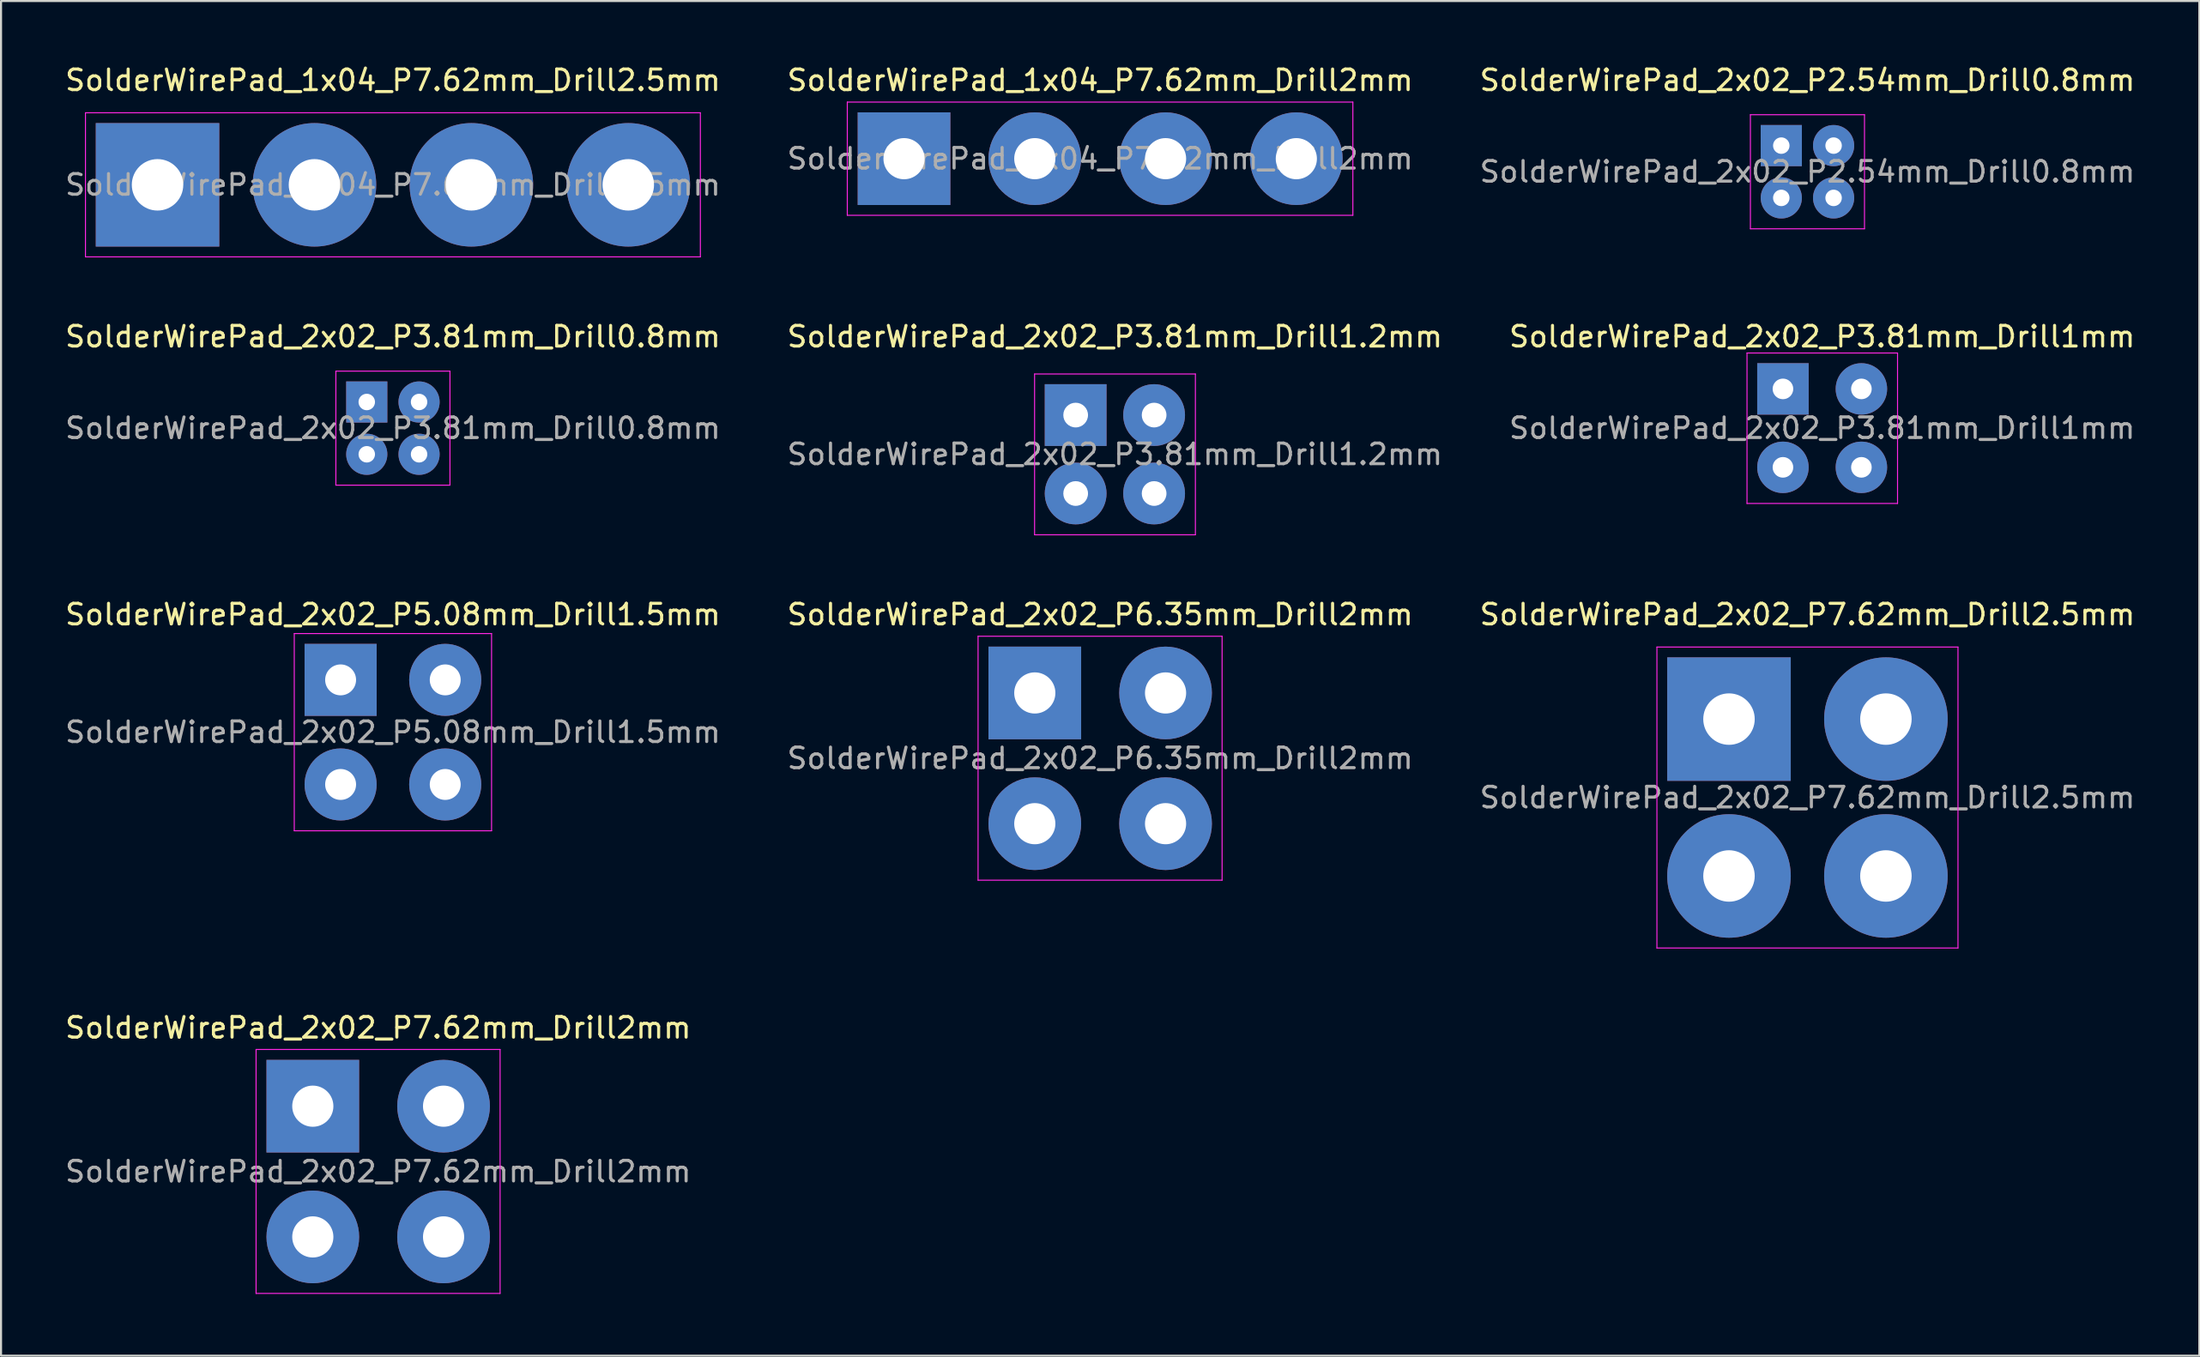
<source format=kicad_pcb>
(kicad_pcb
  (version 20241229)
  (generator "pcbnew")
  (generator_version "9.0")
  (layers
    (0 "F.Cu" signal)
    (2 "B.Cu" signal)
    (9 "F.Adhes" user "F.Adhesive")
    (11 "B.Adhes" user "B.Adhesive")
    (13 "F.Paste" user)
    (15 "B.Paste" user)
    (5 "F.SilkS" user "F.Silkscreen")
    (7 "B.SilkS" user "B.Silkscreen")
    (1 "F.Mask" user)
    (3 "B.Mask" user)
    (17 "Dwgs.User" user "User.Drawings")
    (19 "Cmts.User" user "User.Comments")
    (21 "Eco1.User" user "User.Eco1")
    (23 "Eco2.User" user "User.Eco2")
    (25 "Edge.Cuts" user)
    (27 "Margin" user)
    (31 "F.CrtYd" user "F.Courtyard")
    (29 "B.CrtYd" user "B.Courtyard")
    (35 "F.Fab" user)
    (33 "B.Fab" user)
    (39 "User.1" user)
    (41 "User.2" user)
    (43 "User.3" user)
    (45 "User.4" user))
  (footprint "SolderWirePad_2x02_P7.62mm_Drill2mm"
    (layer "F.Cu")
    (at 15.315 53.858)
    (property "Reference" "SolderWirePad_2x02_P7.62mm_Drill2mm" (at 0 -6.985 0) (layer "F.SilkS") (effects (font (size 1 1) (thickness 0.15))))
    (attr exclude_from_pos_files exclude_from_bom)
    (fp_line (start -5.93 -5.93) (end -5.93 5.92) (stroke (width 0.05) (type solid)) (layer "F.CrtYd"))
    (fp_line (start -5.93 -5.93) (end 5.92 -5.93) (stroke (width 0.05) (type solid)) (layer "F.CrtYd"))
    (fp_line (start 5.92 5.92) (end -5.93 5.92) (stroke (width 0.05) (type solid)) (layer "F.CrtYd"))
    (fp_line (start 5.92 5.92) (end 5.92 -5.93) (stroke (width 0.05) (type solid)) (layer "F.CrtYd"))
    (fp_text user "${REFERENCE}" (at 0 0 0) (layer "F.Fab") (effects (font (size 1 1) (thickness 0.15))))
    (pad "1" thru_hole rect (at -3.175 -3.175) (size 4.501 4.501) (drill 1.999) (layers "*.Cu" "*.Mask"))
    (pad "2" thru_hole circle (at 3.175 -3.175) (size 4.501 4.501) (drill 1.999) (layers "*.Cu" "*.Mask"))
    (pad "3" thru_hole circle (at -3.175 3.175) (size 4.501 4.501) (drill 1.999) (layers "*.Cu" "*.Mask"))
    (pad "4" thru_hole circle (at 3.175 3.175) (size 4.501 4.501) (drill 1.999) (layers "*.Cu" "*.Mask")))
  (footprint "SolderWirePad_2x02_P2.54mm_Drill0.8mm"
    (layer "F.Cu")
    (at 83.45 4.023)
    (property "Reference" "SolderWirePad_2x02_P2.54mm_Drill0.8mm" (at 1.27 -3.175 0) (layer "F.SilkS") (effects (font (size 1 1) (thickness 0.15))))
    (attr exclude_from_pos_files exclude_from_bom)
    (fp_line (start -1.5 -1.5) (end -1.5 4.04) (stroke (width 0.05) (type solid)) (layer "F.CrtYd"))
    (fp_line (start -1.5 -1.5) (end 4.04 -1.5) (stroke (width 0.05) (type solid)) (layer "F.CrtYd"))
    (fp_line (start 4.04 4.04) (end -1.5 4.04) (stroke (width 0.05) (type solid)) (layer "F.CrtYd"))
    (fp_line (start 4.04 4.04) (end 4.04 -1.5) (stroke (width 0.05) (type solid)) (layer "F.CrtYd"))
    (fp_text user "${REFERENCE}" (at 1.27 1.27 0) (layer "F.Fab") (effects (font (size 1 1) (thickness 0.15))))
    (pad "1" thru_hole rect (at 0 0) (size 1.999 1.999) (drill 0.8) (layers "*.Cu" "*.Mask"))
    (pad "2" thru_hole circle (at 2.54 0) (size 1.999 1.999) (drill 0.8) (layers "*.Cu" "*.Mask"))
    (pad "3" thru_hole circle (at 0 2.54) (size 1.999 1.999) (drill 0.8) (layers "*.Cu" "*.Mask"))
    (pad "4" thru_hole circle (at 2.54 2.54) (size 1.999 1.999) (drill 0.8) (layers "*.Cu" "*.Mask")))
  (footprint "SolderWirePad_2x02_P3.81mm_Drill1.2mm"
    (layer "F.Cu")
    (at 51.089 19.017)
    (property "Reference" "SolderWirePad_2x02_P3.81mm_Drill1.2mm" (at 0 -5.715 0) (layer "F.SilkS") (effects (font (size 1 1) (thickness 0.15))))
    (attr exclude_from_pos_files exclude_from_bom)
    (fp_line (start -3.9 -3.9) (end -3.9 3.91) (stroke (width 0.05) (type solid)) (layer "F.CrtYd"))
    (fp_line (start -3.9 -3.9) (end 3.91 -3.9) (stroke (width 0.05) (type solid)) (layer "F.CrtYd"))
    (fp_line (start 3.91 3.91) (end -3.9 3.91) (stroke (width 0.05) (type solid)) (layer "F.CrtYd"))
    (fp_line (start 3.91 3.91) (end 3.91 -3.9) (stroke (width 0.05) (type solid)) (layer "F.CrtYd"))
    (fp_text user "${REFERENCE}" (at 0 0 0) (layer "F.Fab") (effects (font (size 1 1) (thickness 0.15))))
    (pad "1" thru_hole rect (at -1.905 -1.905) (size 3 3) (drill 1.199) (layers "*.Cu" "*.Mask"))
    (pad "2" thru_hole circle (at 1.905 -1.905) (size 3 3) (drill 1.199) (layers "*.Cu" "*.Mask"))
    (pad "3" thru_hole circle (at -1.905 1.905) (size 3 3) (drill 1.199) (layers "*.Cu" "*.Mask"))
    (pad "4" thru_hole circle (at 1.905 1.905) (size 3 3) (drill 1.199) (layers "*.Cu" "*.Mask")))
  (footprint "SolderWirePad_2x02_P3.81mm_Drill0.8mm"
    (layer "F.Cu")
    (at 16.03 17.747)
    (property "Reference" "SolderWirePad_2x02_P3.81mm_Drill0.8mm" (at 0 -4.445 0) (layer "F.SilkS") (effects (font (size 1 1) (thickness 0.15))))
    (attr exclude_from_pos_files exclude_from_bom)
    (fp_line (start -2.77 -2.77) (end -2.77 2.77) (stroke (width 0.05) (type solid)) (layer "F.CrtYd"))
    (fp_line (start -2.77 -2.77) (end 2.77 -2.77) (stroke (width 0.05) (type solid)) (layer "F.CrtYd"))
    (fp_line (start 2.77 2.77) (end -2.77 2.77) (stroke (width 0.05) (type solid)) (layer "F.CrtYd"))
    (fp_line (start 2.77 2.77) (end 2.77 -2.77) (stroke (width 0.05) (type solid)) (layer "F.CrtYd"))
    (fp_text user "${REFERENCE}" (at 0 0 0) (layer "F.Fab") (effects (font (size 1 1) (thickness 0.15))))
    (pad "1" thru_hole rect (at -1.27 -1.27) (size 1.999 1.999) (drill 0.8) (layers "*.Cu" "*.Mask"))
    (pad "2" thru_hole circle (at 1.27 -1.27) (size 1.999 1.999) (drill 0.8) (layers "*.Cu" "*.Mask"))
    (pad "3" thru_hole circle (at -1.27 1.27) (size 1.999 1.999) (drill 0.8) (layers "*.Cu" "*.Mask"))
    (pad "4" thru_hole circle (at 1.27 1.27) (size 1.999 1.999) (drill 0.8) (layers "*.Cu" "*.Mask")))
  (footprint "SolderWirePad_2x02_P7.62mm_Drill2.5mm"
    (layer "F.Cu")
    (at 84.72 35.69)
    (property "Reference" "SolderWirePad_2x02_P7.62mm_Drill2.5mm" (at 0 -8.89 0) (layer "F.SilkS") (effects (font (size 1 1) (thickness 0.15))))
    (attr exclude_from_pos_files exclude_from_bom)
    (fp_line (start -7.31 -7.31) (end -7.31 7.31) (stroke (width 0.05) (type solid)) (layer "F.CrtYd"))
    (fp_line (start -7.31 -7.31) (end 7.31 -7.31) (stroke (width 0.05) (type solid)) (layer "F.CrtYd"))
    (fp_line (start 7.31 7.31) (end -7.31 7.31) (stroke (width 0.05) (type solid)) (layer "F.CrtYd"))
    (fp_line (start 7.31 7.31) (end 7.31 -7.31) (stroke (width 0.05) (type solid)) (layer "F.CrtYd"))
    (fp_text user "${REFERENCE}" (at 0 0 0) (layer "F.Fab") (effects (font (size 1 1) (thickness 0.15))))
    (pad "1" thru_hole rect (at -3.81 -3.81) (size 5.999 5.999) (drill 2.499) (layers "*.Cu" "*.Mask"))
    (pad "2" thru_hole circle (at 3.81 -3.81) (size 5.999 5.999) (drill 2.499) (layers "*.Cu" "*.Mask"))
    (pad "3" thru_hole circle (at -3.81 3.81) (size 5.999 5.999) (drill 2.499) (layers "*.Cu" "*.Mask"))
    (pad "4" thru_hole circle (at 3.81 3.81) (size 5.999 5.999) (drill 2.499) (layers "*.Cu" "*.Mask")))
  (footprint "SolderWirePad_2x02_P5.08mm_Drill1.5mm"
    (layer "F.Cu")
    (at 16.03 32.515)
    (property "Reference" "SolderWirePad_2x02_P5.08mm_Drill1.5mm" (at 0 -5.715 0) (layer "F.SilkS") (effects (font (size 1 1) (thickness 0.15))))
    (attr exclude_from_pos_files exclude_from_bom)
    (fp_line (start -4.79 -4.79) (end -4.79 4.79) (stroke (width 0.05) (type solid)) (layer "F.CrtYd"))
    (fp_line (start -4.79 -4.79) (end 4.79 -4.79) (stroke (width 0.05) (type solid)) (layer "F.CrtYd"))
    (fp_line (start 4.79 4.79) (end -4.79 4.79) (stroke (width 0.05) (type solid)) (layer "F.CrtYd"))
    (fp_line (start 4.79 4.79) (end 4.79 -4.79) (stroke (width 0.05) (type solid)) (layer "F.CrtYd"))
    (fp_text user "${REFERENCE}" (at 0 0 0) (layer "F.Fab") (effects (font (size 1 1) (thickness 0.15))))
    (pad "1" thru_hole rect (at -2.54 -2.54) (size 3.5 3.5) (drill 1.501) (layers "*.Cu" "*.Mask"))
    (pad "2" thru_hole circle (at 2.54 -2.54) (size 3.5 3.5) (drill 1.501) (layers "*.Cu" "*.Mask"))
    (pad "3" thru_hole circle (at -2.54 2.54) (size 3.5 3.5) (drill 1.501) (layers "*.Cu" "*.Mask"))
    (pad "4" thru_hole circle (at 2.54 2.54) (size 3.5 3.5) (drill 1.501) (layers "*.Cu" "*.Mask")))
  (footprint "SolderWirePad_2x02_P6.35mm_Drill2mm"
    (layer "F.Cu")
    (at 47.2 30.61)
    (property "Reference" "SolderWirePad_2x02_P6.35mm_Drill2mm" (at 3.175 -3.81 0) (layer "F.SilkS") (effects (font (size 1 1) (thickness 0.15))))
    (attr exclude_from_pos_files exclude_from_bom)
    (fp_line (start -2.755 -2.755) (end -2.755 9.095) (stroke (width 0.05) (type solid)) (layer "F.CrtYd"))
    (fp_line (start -2.755 -2.755) (end 9.095 -2.755) (stroke (width 0.05) (type solid)) (layer "F.CrtYd"))
    (fp_line (start 9.095 9.095) (end -2.755 9.095) (stroke (width 0.05) (type solid)) (layer "F.CrtYd"))
    (fp_line (start 9.095 9.095) (end 9.095 -2.755) (stroke (width 0.05) (type solid)) (layer "F.CrtYd"))
    (fp_text user "${REFERENCE}" (at 3.175 3.175 0) (layer "F.Fab") (effects (font (size 1 1) (thickness 0.15))))
    (pad "1" thru_hole rect (at 0 0) (size 4.501 4.501) (drill 1.999) (layers "*.Cu" "*.Mask"))
    (pad "2" thru_hole circle (at 6.35 0) (size 4.501 4.501) (drill 1.999) (layers "*.Cu" "*.Mask"))
    (pad "3" thru_hole circle (at 0 6.35) (size 4.501 4.501) (drill 1.999) (layers "*.Cu" "*.Mask"))
    (pad "4" thru_hole circle (at 6.35 6.35) (size 4.501 4.501) (drill 1.999) (layers "*.Cu" "*.Mask")))
  (footprint "SolderWirePad_1x04_P7.62mm_Drill2mm"
    (layer "F.Cu")
    (at 50.375 4.658)
    (property "Reference" "SolderWirePad_1x04_P7.62mm_Drill2mm" (at 0 -3.81 0) (layer "F.SilkS") (effects (font (size 1 1) (thickness 0.15))))
    (attr exclude_from_pos_files exclude_from_bom)
    (fp_line (start -12.28 -2.75) (end -12.28 2.75) (stroke (width 0.05) (type solid)) (layer "F.CrtYd"))
    (fp_line (start -12.28 -2.75) (end 12.27 -2.75) (stroke (width 0.05) (type solid)) (layer "F.CrtYd"))
    (fp_line (start 12.27 2.75) (end -12.28 2.75) (stroke (width 0.05) (type solid)) (layer "F.CrtYd"))
    (fp_line (start 12.27 2.75) (end 12.27 -2.75) (stroke (width 0.05) (type solid)) (layer "F.CrtYd"))
    (fp_text user "${REFERENCE}" (at 0 0 0) (layer "F.Fab") (effects (font (size 1 1) (thickness 0.15))))
    (pad "1" thru_hole rect (at -9.525 0) (size 4.501 4.501) (drill 1.999) (layers "*.Cu" "*.Mask"))
    (pad "2" thru_hole circle (at -3.175 0) (size 4.501 4.501) (drill 1.999) (layers "*.Cu" "*.Mask"))
    (pad "3" thru_hole circle (at 3.175 0) (size 4.501 4.501) (drill 1.999) (layers "*.Cu" "*.Mask"))
    (pad "4" thru_hole circle (at 9.525 0) (size 4.501 4.501) (drill 1.999) (layers "*.Cu" "*.Mask")))
  (footprint "SolderWirePad_2x02_P3.81mm_Drill1mm"
    (layer "F.Cu")
    (at 83.53 15.841)
    (property "Reference" "SolderWirePad_2x02_P3.81mm_Drill1mm" (at 1.905 -2.54 0) (layer "F.SilkS") (effects (font (size 1 1) (thickness 0.15))))
    (attr exclude_from_pos_files exclude_from_bom)
    (fp_line (start -1.745 -1.745) (end -1.745 5.565) (stroke (width 0.05) (type solid)) (layer "F.CrtYd"))
    (fp_line (start -1.745 -1.745) (end 5.565 -1.745) (stroke (width 0.05) (type solid)) (layer "F.CrtYd"))
    (fp_line (start 5.565 5.565) (end -1.745 5.565) (stroke (width 0.05) (type solid)) (layer "F.CrtYd"))
    (fp_line (start 5.565 5.565) (end 5.565 -1.745) (stroke (width 0.05) (type solid)) (layer "F.CrtYd"))
    (fp_text user "${REFERENCE}" (at 1.905 1.905 0) (layer "F.Fab") (effects (font (size 1 1) (thickness 0.15))))
    (pad "1" thru_hole rect (at 0 0) (size 2.499 2.499) (drill 1.001) (layers "*.Cu" "*.Mask"))
    (pad "2" thru_hole circle (at 3.81 0) (size 2.499 2.499) (drill 1.001) (layers "*.Cu" "*.Mask"))
    (pad "3" thru_hole circle (at 0 3.81) (size 2.499 2.499) (drill 1.001) (layers "*.Cu" "*.Mask"))
    (pad "4" thru_hole circle (at 3.81 3.81) (size 2.499 2.499) (drill 1.001) (layers "*.Cu" "*.Mask")))
  (footprint "SolderWirePad_1x04_P7.62mm_Drill2.5mm"
    (layer "F.Cu")
    (at 16.03 5.928)
    (property "Reference" "SolderWirePad_1x04_P7.62mm_Drill2.5mm" (at 0 -5.08 0) (layer "F.SilkS") (effects (font (size 1 1) (thickness 0.15))))
    (attr exclude_from_pos_files exclude_from_bom)
    (fp_line (start -14.93 -3.5) (end -14.93 3.5) (stroke (width 0.05) (type solid)) (layer "F.CrtYd"))
    (fp_line (start -14.93 -3.5) (end 14.93 -3.5) (stroke (width 0.05) (type solid)) (layer "F.CrtYd"))
    (fp_line (start 14.93 3.5) (end -14.93 3.5) (stroke (width 0.05) (type solid)) (layer "F.CrtYd"))
    (fp_line (start 14.93 3.5) (end 14.93 -3.5) (stroke (width 0.05) (type solid)) (layer "F.CrtYd"))
    (fp_text user "${REFERENCE}" (at 0 0 0) (layer "F.Fab") (effects (font (size 1 1) (thickness 0.15))))
    (pad "1" thru_hole rect (at -11.43 0) (size 5.999 5.999) (drill 2.499) (layers "*.Cu" "*.Mask"))
    (pad "2" thru_hole circle (at -3.81 0) (size 5.999 5.999) (drill 2.499) (layers "*.Cu" "*.Mask"))
    (pad "3" thru_hole circle (at 3.81 0) (size 5.999 5.999) (drill 2.499) (layers "*.Cu" "*.Mask"))
    (pad "4" thru_hole circle (at 11.43 0) (size 5.999 5.999) (drill 2.499) (layers "*.Cu" "*.Mask")))
  (gr_rect
    (start -3 -3)
    (end 103.75 62.803)
    (stroke (width 0.1) (type default))
    (fill no)
    (layer "Edge.Cuts")))
</source>
